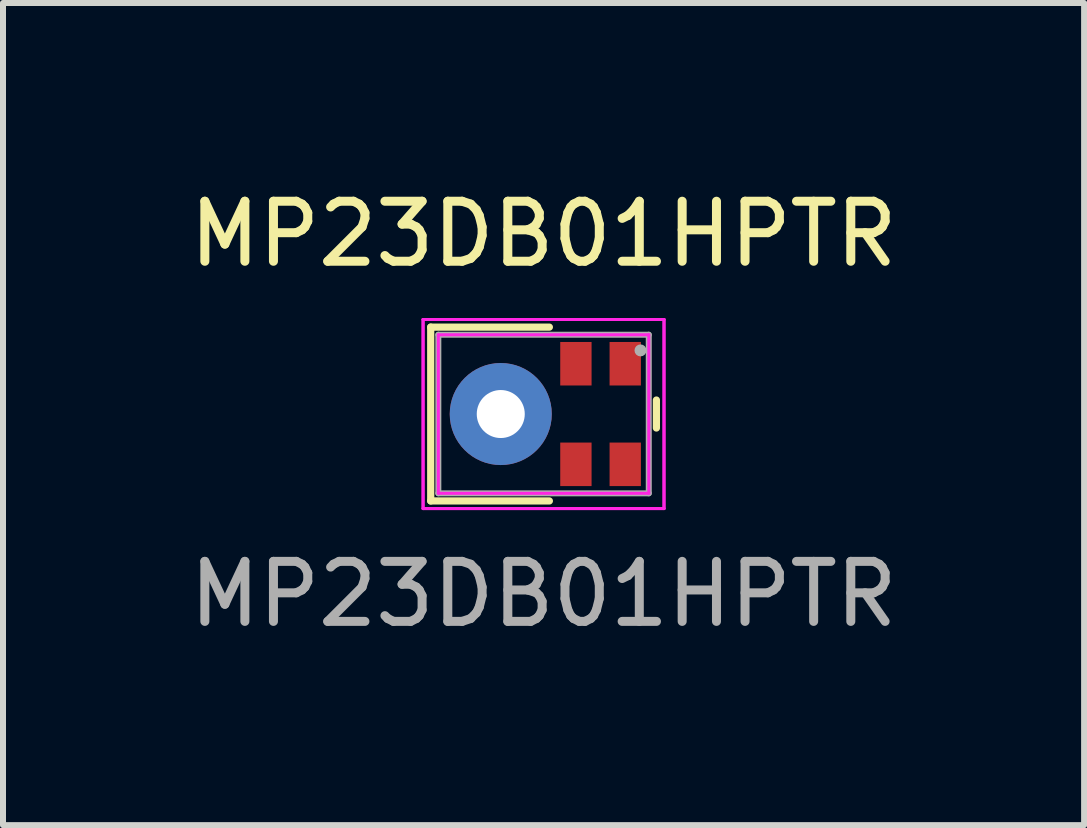
<source format=kicad_pcb>
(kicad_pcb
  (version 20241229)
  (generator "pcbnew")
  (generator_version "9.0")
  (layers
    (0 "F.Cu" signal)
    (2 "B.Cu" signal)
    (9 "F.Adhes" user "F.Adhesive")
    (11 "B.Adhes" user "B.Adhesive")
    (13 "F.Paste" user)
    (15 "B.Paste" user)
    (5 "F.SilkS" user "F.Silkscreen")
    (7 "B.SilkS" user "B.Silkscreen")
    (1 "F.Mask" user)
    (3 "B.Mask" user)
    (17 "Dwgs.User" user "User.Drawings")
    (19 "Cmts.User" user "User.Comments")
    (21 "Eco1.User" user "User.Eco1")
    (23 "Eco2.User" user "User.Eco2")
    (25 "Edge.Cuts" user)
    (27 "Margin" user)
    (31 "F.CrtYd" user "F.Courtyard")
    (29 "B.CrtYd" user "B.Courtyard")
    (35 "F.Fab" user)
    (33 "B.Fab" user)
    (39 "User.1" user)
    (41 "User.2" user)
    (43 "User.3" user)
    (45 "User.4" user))
  (footprint "MP23DB01HPTR"
    (layer "F.Cu")
    (at 6.006 3.848)
    (property "Reference" "MP23DB01HPTR" (at 0 -3 0) (unlocked yes) (layer "F.SilkS") (effects (font (size 1 1) (thickness 0.15))))
    (attr smd)
    (fp_line (start -1.88 -1.448) (end -1.88 1.448) (stroke (width 0.12) (type solid)) (layer "F.SilkS"))
    (fp_line (start -1.88 1.448) (end 0.097 1.448) (stroke (width 0.12) (type solid)) (layer "F.SilkS"))
    (fp_line (start 0.097 -1.448) (end -1.88 -1.448) (stroke (width 0.12) (type solid)) (layer "F.SilkS"))
    (fp_line (start 1.88 0.233) (end 1.88 -0.233) (stroke (width 0.12) (type solid)) (layer "F.SilkS"))
    (fp_line (start -2.007 -1.575) (end 2.007 -1.575) (stroke (width 0.05) (type solid)) (layer "F.CrtYd"))
    (fp_line (start -2.007 -1.575) (end 2.007 -1.575) (stroke (width 0.05) (type solid)) (layer "F.CrtYd"))
    (fp_line (start -2.007 1.575) (end -2.007 -1.575) (stroke (width 0.05) (type solid)) (layer "F.CrtYd"))
    (fp_line (start -2.007 1.575) (end -2.007 -1.575) (stroke (width 0.05) (type solid)) (layer "F.CrtYd"))
    (fp_line (start -1.753 -1.321) (end 1.753 -1.321) (stroke (width 0.05) (type solid)) (layer "F.CrtYd"))
    (fp_line (start -1.753 1.321) (end -1.753 -1.321) (stroke (width 0.05) (type solid)) (layer "F.CrtYd"))
    (fp_line (start 1.753 -1.321) (end 1.753 1.321) (stroke (width 0.05) (type solid)) (layer "F.CrtYd"))
    (fp_line (start 1.753 1.321) (end -1.753 1.321) (stroke (width 0.05) (type solid)) (layer "F.CrtYd"))
    (fp_line (start 2.007 -1.575) (end 2.007 1.575) (stroke (width 0.05) (type solid)) (layer "F.CrtYd"))
    (fp_line (start 2.007 -1.575) (end 2.007 1.575) (stroke (width 0.05) (type solid)) (layer "F.CrtYd"))
    (fp_line (start 2.007 1.575) (end -2.007 1.575) (stroke (width 0.05) (type solid)) (layer "F.CrtYd"))
    (fp_line (start 2.007 1.575) (end -2.007 1.575) (stroke (width 0.05) (type solid)) (layer "F.CrtYd"))
    (fp_line (start -1.753 -1.321) (end -1.753 1.321) (stroke (width 0.1) (type solid)) (layer "F.Fab"))
    (fp_line (start -1.753 1.321) (end 1.753 1.321) (stroke (width 0.1) (type solid)) (layer "F.Fab"))
    (fp_line (start 1.753 -1.321) (end -1.753 -1.321) (stroke (width 0.1) (type solid)) (layer "F.Fab"))
    (fp_line (start 1.753 1.321) (end 1.753 -1.321) (stroke (width 0.1) (type solid)) (layer "F.Fab"))
    (fp_circle (center 1.615 -1.06) (end 1.615 -1.06) (stroke (width 0.1) (type solid)) (fill no) (layer "F.Fab"))
    (fp_text user "${REFERENCE}" (at 0 3 0) (unlocked yes) (layer "F.Fab") (effects (font (size 1 1) (thickness 0.15))))
    (pad "1" smd rect (at 1.361 -0.838 90) (size 0.725 0.522) (layers "F.Cu" "F.Mask" "F.Paste"))
    (pad "2" smd rect (at 0.539 -0.838 90) (size 0.725 0.522) (layers "F.Cu" "F.Mask" "F.Paste"))
    (pad "3" smd rect (at -1.373 0) (size 0.051 0.051) (layers "F.Cu" "F.Mask" "F.Paste"))
    (pad "3" thru_hole circle (at -0.713 0) (size 1.7 1.7) (drill 0.8) (layers "*.Cu" "*.Mask"))
    (pad "4" smd rect (at 0.539 0.838 90) (size 0.725 0.522) (layers "F.Cu" "F.Mask" "F.Paste"))
    (pad "5" smd rect (at 1.361 0.838 90) (size 0.725 0.522) (layers "F.Cu" "F.Mask" "F.Paste")))
  (gr_rect
    (start -3 -3)
    (end 15.012 10.697)
    (stroke (width 0.1) (type default))
    (fill no)
    (layer "Edge.Cuts")))
</source>
